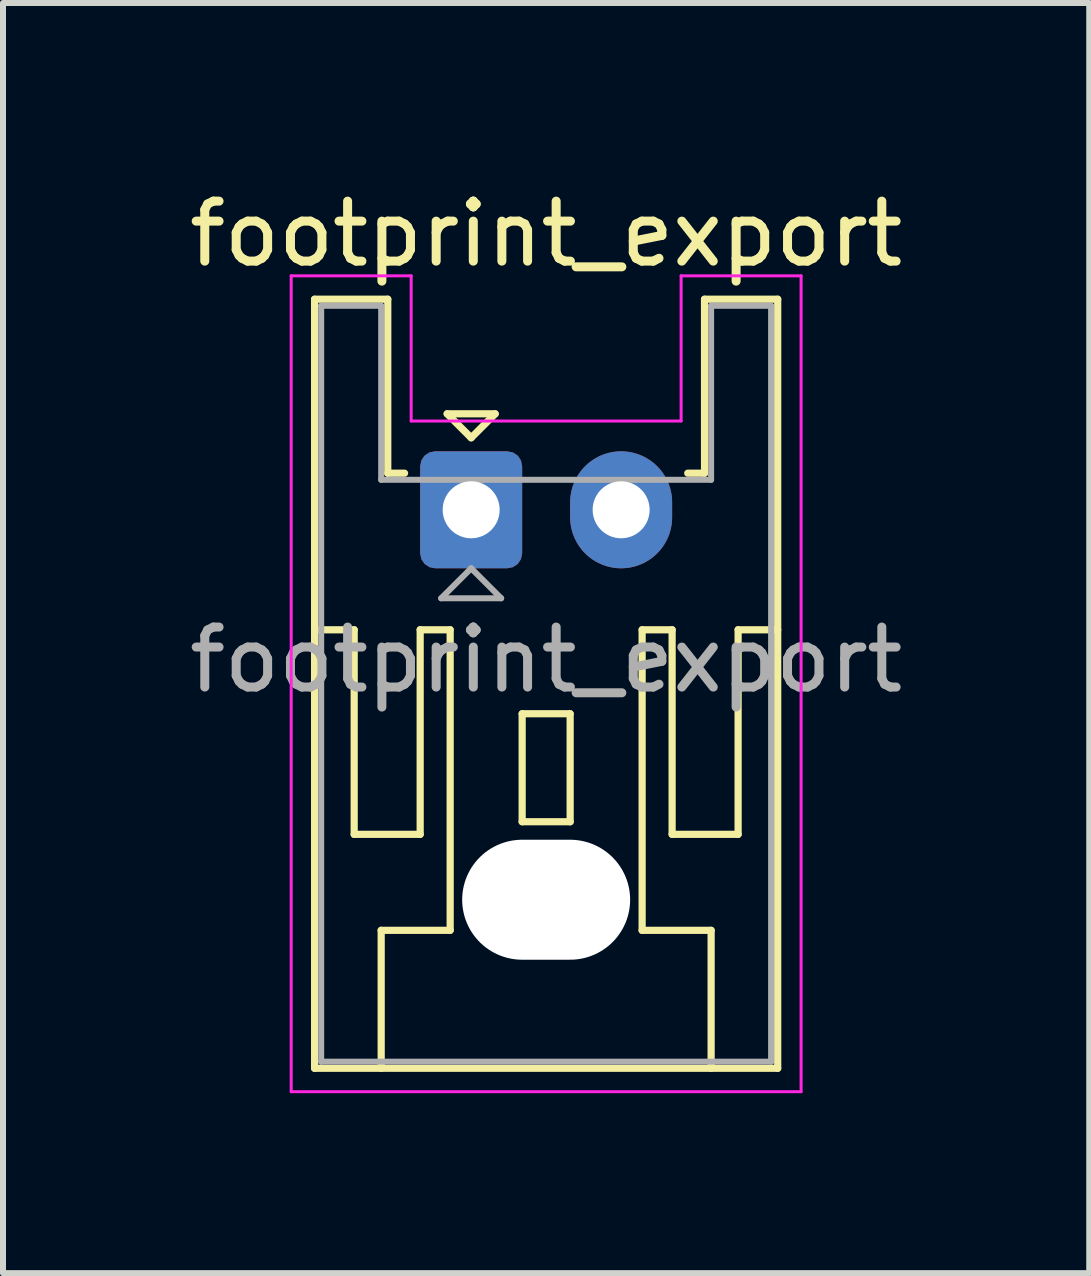
<source format=kicad_pcb>
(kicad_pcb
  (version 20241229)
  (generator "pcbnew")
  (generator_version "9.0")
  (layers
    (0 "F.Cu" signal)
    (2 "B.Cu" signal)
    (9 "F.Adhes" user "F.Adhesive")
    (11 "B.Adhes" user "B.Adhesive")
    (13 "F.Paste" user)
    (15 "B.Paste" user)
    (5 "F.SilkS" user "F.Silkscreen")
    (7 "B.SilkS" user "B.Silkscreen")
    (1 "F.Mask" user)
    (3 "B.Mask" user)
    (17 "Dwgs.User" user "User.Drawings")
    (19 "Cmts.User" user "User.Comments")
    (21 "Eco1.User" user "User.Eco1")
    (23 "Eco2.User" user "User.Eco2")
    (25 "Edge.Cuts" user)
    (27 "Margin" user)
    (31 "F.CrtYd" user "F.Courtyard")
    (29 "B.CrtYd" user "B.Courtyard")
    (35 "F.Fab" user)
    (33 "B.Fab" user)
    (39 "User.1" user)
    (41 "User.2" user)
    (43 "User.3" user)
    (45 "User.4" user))
  (footprint "footprint_export"
    (layer "F.Cu")
    (at 4.804 5.448)
    (property "Reference" "footprint_export" (at 1.25 -4.6 0) (layer "F.SilkS") (effects (font (size 1 1) (thickness 0.15))))
    (attr through_hole)
    (fp_line (start -2.61 -3.51) (end -2.61 9.31) (stroke (width 0.12) (type solid)) (layer "F.SilkS"))
    (fp_line (start -2.61 9.31) (end 5.11 9.31) (stroke (width 0.12) (type solid)) (layer "F.SilkS"))
    (fp_line (start -1.95 2) (end -2.61 2) (stroke (width 0.12) (type solid)) (layer "F.SilkS"))
    (fp_line (start -1.95 5.41) (end -1.95 2) (stroke (width 0.12) (type solid)) (layer "F.SilkS"))
    (fp_line (start -1.5 7.01) (end -0.35 7.01) (stroke (width 0.12) (type solid)) (layer "F.SilkS"))
    (fp_line (start -1.5 9.31) (end -1.5 7.01) (stroke (width 0.12) (type solid)) (layer "F.SilkS"))
    (fp_line (start -1.39 -3.51) (end -2.61 -3.51) (stroke (width 0.12) (type solid)) (layer "F.SilkS"))
    (fp_line (start -1.39 -0.61) (end -1.39 -3.51) (stroke (width 0.12) (type solid)) (layer "F.SilkS"))
    (fp_line (start -1.11 -0.61) (end -1.39 -0.61) (stroke (width 0.12) (type solid)) (layer "F.SilkS"))
    (fp_line (start -0.85 2) (end -0.85 5.41) (stroke (width 0.12) (type solid)) (layer "F.SilkS"))
    (fp_line (start -0.85 5.41) (end -1.95 5.41) (stroke (width 0.12) (type solid)) (layer "F.SilkS"))
    (fp_line (start -0.4 -1.6) (end 0.4 -1.6) (stroke (width 0.12) (type solid)) (layer "F.SilkS"))
    (fp_line (start -0.35 2) (end -0.85 2) (stroke (width 0.12) (type solid)) (layer "F.SilkS"))
    (fp_line (start -0.35 7.01) (end -0.35 2) (stroke (width 0.12) (type solid)) (layer "F.SilkS"))
    (fp_line (start 0 -1.2) (end -0.4 -1.6) (stroke (width 0.12) (type solid)) (layer "F.SilkS"))
    (fp_line (start 0.4 -1.6) (end 0 -1.2) (stroke (width 0.12) (type solid)) (layer "F.SilkS"))
    (fp_line (start 0.85 3.4) (end 1.65 3.4) (stroke (width 0.12) (type solid)) (layer "F.SilkS"))
    (fp_line (start 0.85 5.2) (end 0.85 3.4) (stroke (width 0.12) (type solid)) (layer "F.SilkS"))
    (fp_line (start 1.65 3.4) (end 1.65 5.2) (stroke (width 0.12) (type solid)) (layer "F.SilkS"))
    (fp_line (start 1.65 5.2) (end 0.85 5.2) (stroke (width 0.12) (type solid)) (layer "F.SilkS"))
    (fp_line (start 2.85 2) (end 3.35 2) (stroke (width 0.12) (type solid)) (layer "F.SilkS"))
    (fp_line (start 2.85 7.01) (end 2.85 2) (stroke (width 0.12) (type solid)) (layer "F.SilkS"))
    (fp_line (start 2.85 7.01) (end 4 7.01) (stroke (width 0.12) (type solid)) (layer "F.SilkS"))
    (fp_line (start 3.35 2) (end 3.35 5.41) (stroke (width 0.12) (type solid)) (layer "F.SilkS"))
    (fp_line (start 3.35 5.41) (end 4.45 5.41) (stroke (width 0.12) (type solid)) (layer "F.SilkS"))
    (fp_line (start 3.89 -3.51) (end 3.89 -0.61) (stroke (width 0.12) (type solid)) (layer "F.SilkS"))
    (fp_line (start 3.89 -0.61) (end 3.61 -0.61) (stroke (width 0.12) (type solid)) (layer "F.SilkS"))
    (fp_line (start 4 7.01) (end 4 9.31) (stroke (width 0.12) (type solid)) (layer "F.SilkS"))
    (fp_line (start 4.45 2) (end 5.11 2) (stroke (width 0.12) (type solid)) (layer "F.SilkS"))
    (fp_line (start 4.45 5.41) (end 4.45 2) (stroke (width 0.12) (type solid)) (layer "F.SilkS"))
    (fp_line (start 5.11 -3.51) (end 3.89 -3.51) (stroke (width 0.12) (type solid)) (layer "F.SilkS"))
    (fp_line (start 5.11 9.31) (end 5.11 -3.51) (stroke (width 0.12) (type solid)) (layer "F.SilkS"))
    (fp_line (start -3 -3.9) (end -3 9.7) (stroke (width 0.05) (type solid)) (layer "F.CrtYd"))
    (fp_line (start -3 9.7) (end 5.5 9.7) (stroke (width 0.05) (type solid)) (layer "F.CrtYd"))
    (fp_line (start -1 -3.9) (end -3 -3.9) (stroke (width 0.05) (type solid)) (layer "F.CrtYd"))
    (fp_line (start -1 -1.48) (end -1 -3.9) (stroke (width 0.05) (type solid)) (layer "F.CrtYd"))
    (fp_line (start 3.5 -3.9) (end 3.5 -1.48) (stroke (width 0.05) (type solid)) (layer "F.CrtYd"))
    (fp_line (start 3.5 -1.48) (end -1 -1.48) (stroke (width 0.05) (type solid)) (layer "F.CrtYd"))
    (fp_line (start 5.5 -3.9) (end 3.5 -3.9) (stroke (width 0.05) (type solid)) (layer "F.CrtYd"))
    (fp_line (start 5.5 9.7) (end 5.5 -3.9) (stroke (width 0.05) (type solid)) (layer "F.CrtYd"))
    (fp_line (start -2.5 -3.4) (end -2.5 9.2) (stroke (width 0.1) (type solid)) (layer "F.Fab"))
    (fp_line (start -2.5 9.2) (end 5 9.2) (stroke (width 0.1) (type solid)) (layer "F.Fab"))
    (fp_line (start -1.5 -3.4) (end -2.5 -3.4) (stroke (width 0.1) (type solid)) (layer "F.Fab"))
    (fp_line (start -1.5 -0.5) (end -1.5 -3.4) (stroke (width 0.1) (type solid)) (layer "F.Fab"))
    (fp_line (start -0.5 1.475) (end 0.5 1.475) (stroke (width 0.1) (type solid)) (layer "F.Fab"))
    (fp_line (start 0 0.975) (end -0.5 1.475) (stroke (width 0.1) (type solid)) (layer "F.Fab"))
    (fp_line (start 0.5 1.475) (end 0 0.975) (stroke (width 0.1) (type solid)) (layer "F.Fab"))
    (fp_line (start 4 -3.4) (end 4 -0.5) (stroke (width 0.1) (type solid)) (layer "F.Fab"))
    (fp_line (start 4 -0.5) (end -1.5 -0.5) (stroke (width 0.1) (type solid)) (layer "F.Fab"))
    (fp_line (start 5 -3.4) (end 4 -3.4) (stroke (width 0.1) (type solid)) (layer "F.Fab"))
    (fp_line (start 5 9.2) (end 5 -3.4) (stroke (width 0.1) (type solid)) (layer "F.Fab"))
    (fp_text user "${REFERENCE}" (at 1.25 2.5 0) (layer "F.Fab") (effects (font (size 1 1) (thickness 0.15))))
    (pad "" np_thru_hole oval (at 1.25 6.5) (size 2.8 2) (drill oval 2.8 2) (layers "*.Cu" "*.Mask"))
    (pad "1" thru_hole roundrect (at 0 0) (size 1.7 1.95) (drill 0.95) (layers "*.Cu" "*.Mask") (roundrect_rratio 0.147))
    (pad "2" thru_hole oval (at 2.5 0) (size 1.7 1.95) (drill 0.95) (layers "*.Cu" "*.Mask")))
  (gr_rect
    (start -3 -3)
    (end 15.107 18.173)
    (stroke (width 0.1) (type default))
    (fill no)
    (layer "Edge.Cuts")))
</source>
